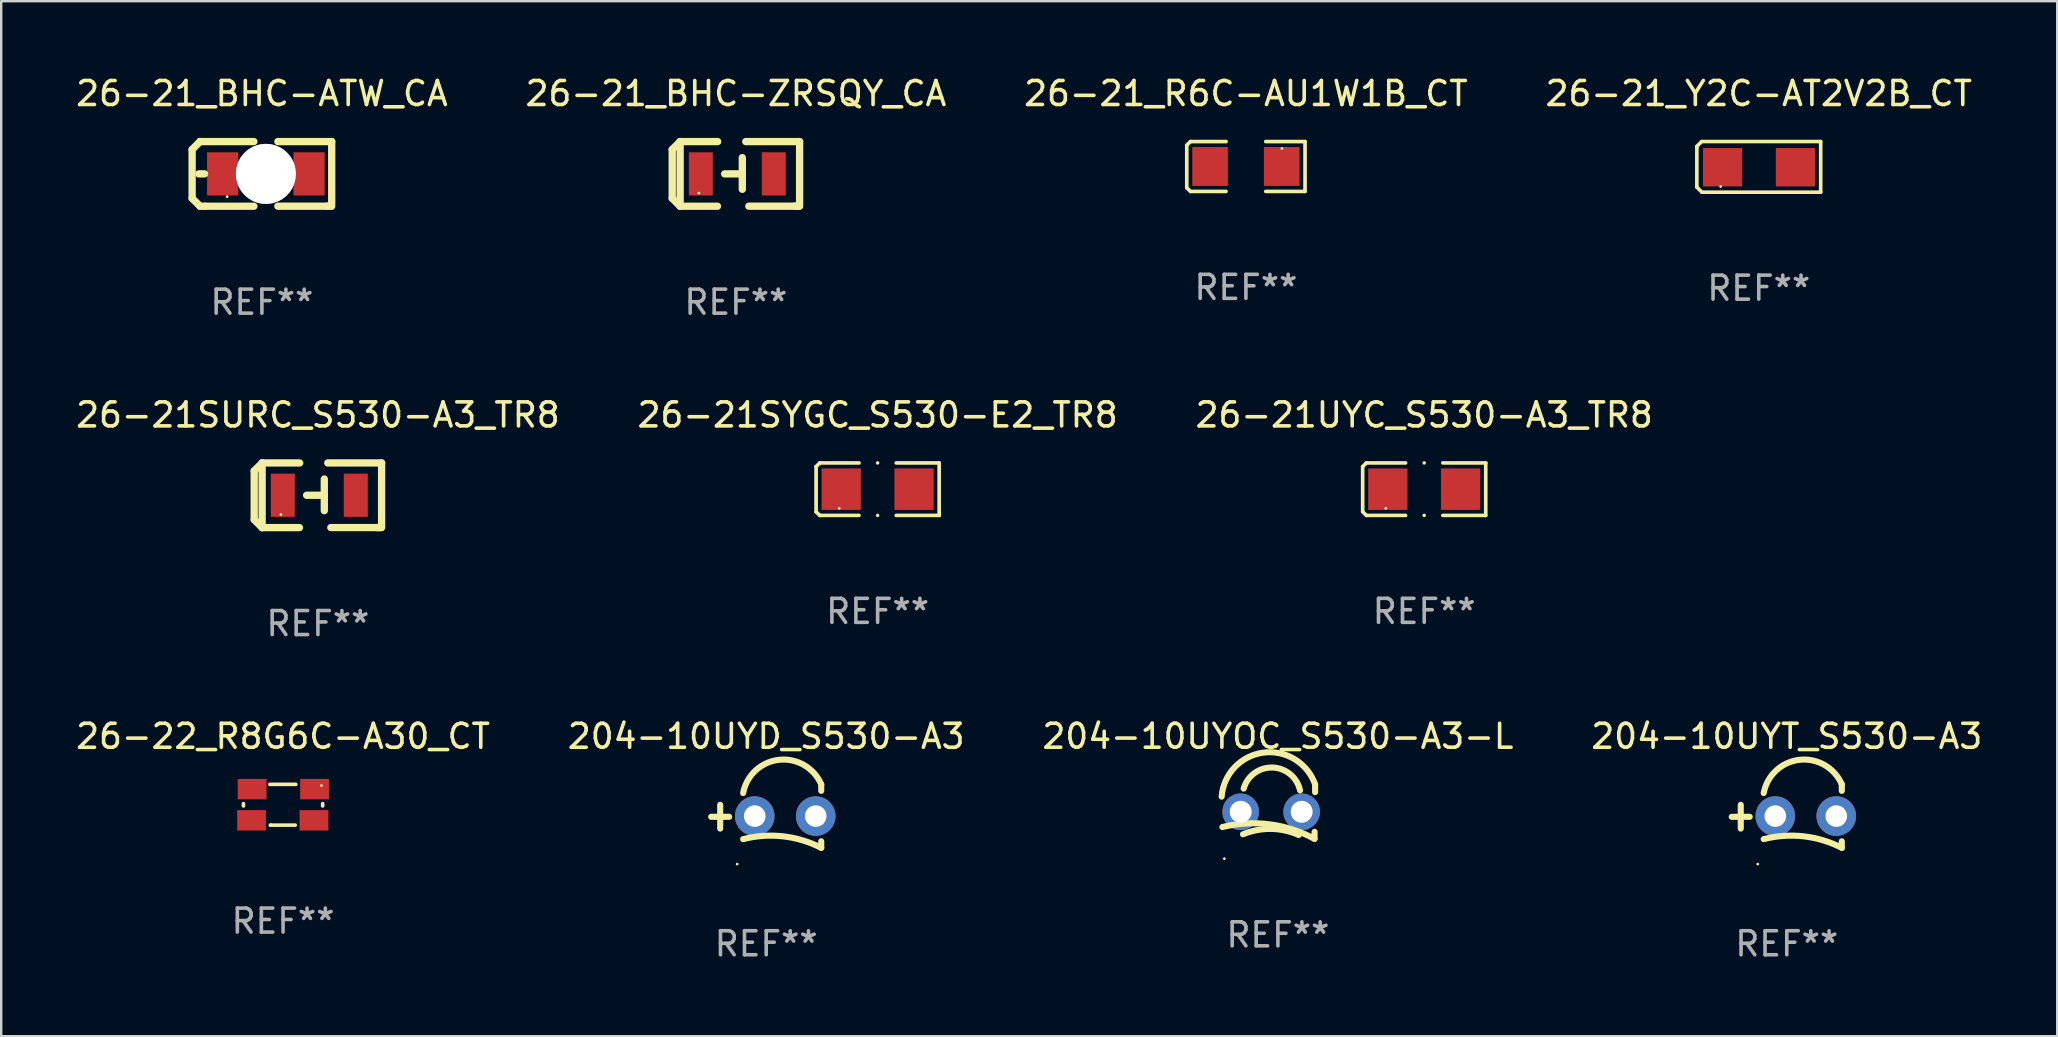
<source format=kicad_pcb>
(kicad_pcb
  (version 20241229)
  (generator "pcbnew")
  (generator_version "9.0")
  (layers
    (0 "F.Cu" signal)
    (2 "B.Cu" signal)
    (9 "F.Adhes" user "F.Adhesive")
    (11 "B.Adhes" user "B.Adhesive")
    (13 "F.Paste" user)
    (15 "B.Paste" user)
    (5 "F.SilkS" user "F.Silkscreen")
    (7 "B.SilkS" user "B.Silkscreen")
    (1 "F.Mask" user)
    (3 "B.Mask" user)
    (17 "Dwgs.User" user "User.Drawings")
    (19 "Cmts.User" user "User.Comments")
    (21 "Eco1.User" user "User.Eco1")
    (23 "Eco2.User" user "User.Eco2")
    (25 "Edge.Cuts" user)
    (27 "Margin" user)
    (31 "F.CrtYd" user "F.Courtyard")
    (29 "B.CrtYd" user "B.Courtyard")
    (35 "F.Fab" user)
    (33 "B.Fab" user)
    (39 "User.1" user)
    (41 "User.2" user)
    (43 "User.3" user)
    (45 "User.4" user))
  (footprint "204-10UYOC_S530-A3-L"
    (layer "F.Cu")
    (at 50.196 30.767)
    (property "Reference" "204-10UYOC_S530-A3-L" (at 0 -3.137 0) (layer "F.SilkS") (effects (font (size 1 1) (thickness 0.15))))
    (attr through_hole)
    (fp_line (start 1.529 0.842) (end 1.525 1.137) (stroke (width 0.254) (type solid)) (layer "F.SilkS"))
    (fp_line (start 1.55 -1.137) (end 1.55 -0.811) (stroke (width 0.254) (type solid)) (layer "F.SilkS"))
    (fp_arc (start -2.344336 -0.624664) (mid -0.604362 -2.457931) (end 1.550229 -1.136525) (stroke (width 0.254001) (type solid)) (layer "F.SilkS"))
    (fp_arc (start -2.31223 0.643358) (mid -0.347208 0.529557) (end 1.525184 1.136526) (stroke (width 0.254001) (type solid)) (layer "F.SilkS"))
    (fp_arc (start -1.45348 0.944425) (mid -0.289454 0.72139) (end 0.868415 0.974448) (stroke (width 0.254001) (type solid)) (layer "F.SilkS"))
    (fp_arc (start -1.426174 -0.958548) (mid -0.223791 -1.836179) (end 0.922695 -0.88669) (stroke (width 0.254001) (type solid)) (layer "F.SilkS"))
    (fp_circle (center -2.231 1.96) (end -2.201 1.96) (stroke (width 0.06) (type solid)) (fill no) (layer "F.SilkS"))
    (fp_text user "REF**" (at 0 5.137 0) (layer "F.Fab") (effects (font (size 1 1) (thickness 0.15))))
    (pad "1" thru_hole circle (at -1.55 0.008) (size 1.524 1.524) (drill 0.914) (layers "*.Cu" "*.Mask"))
    (pad "2" thru_hole circle (at 0.99 0.008) (size 1.524 1.524) (drill 0.914) (layers "*.Cu" "*.Mask")))
  (footprint "26-21_R6C-AU1W1B_CT"
    (layer "F.Cu")
    (at 48.863 3.887)
    (property "Reference" "26-21_R6C-AU1W1B_CT" (at 0 -3.039 0) (layer "F.SilkS") (effects (font (size 1 1) (thickness 0.15))))
    (attr through_hole)
    (fp_line (start -2.464 -0.886) (end -2.311 -1.039) (stroke (width 0.152) (type solid)) (layer "F.SilkS"))
    (fp_line (start -2.464 0.886) (end -2.464 -0.886) (stroke (width 0.152) (type solid)) (layer "F.SilkS"))
    (fp_line (start -2.311 -1.039) (end -0.826 -1.039) (stroke (width 0.152) (type solid)) (layer "F.SilkS"))
    (fp_line (start -2.311 1.039) (end -2.464 0.886) (stroke (width 0.152) (type solid)) (layer "F.SilkS"))
    (fp_line (start -0.826 1.039) (end -2.311 1.039) (stroke (width 0.152) (type solid)) (layer "F.SilkS"))
    (fp_line (start 0.826 1.039) (end 2.464 1.039) (stroke (width 0.152) (type solid)) (layer "F.SilkS"))
    (fp_line (start 2.464 -1.039) (end 0.826 -1.039) (stroke (width 0.152) (type solid)) (layer "F.SilkS"))
    (fp_line (start 2.464 1.039) (end 2.464 -1.039) (stroke (width 0.152) (type solid)) (layer "F.SilkS"))
    (fp_circle (center 1.5 -0.75) (end 1.53 -0.75) (stroke (width 0.06) (type solid)) (fill no) (layer "F.SilkS"))
    (fp_text user "REF**" (at 0 5.039 0) (layer "F.Fab") (effects (font (size 1 1) (thickness 0.15))))
    (pad "1" smd rect (at 1.493 0) (size 1.485 1.62) (layers "F.Cu" "F.Mask" "F.Paste"))
    (pad "2" smd rect (at -1.493 0) (size 1.485 1.62) (layers "F.Cu" "F.Mask" "F.Paste")))
  (footprint "26-21_Y2C-AT2V2B_CT"
    (layer "F.Cu")
    (at 70.232 3.903)
    (property "Reference" "26-21_Y2C-AT2V2B_CT" (at 0 -3.055 0) (layer "F.SilkS") (effects (font (size 1 1) (thickness 0.15))))
    (attr through_hole)
    (fp_line (start -2.58 -0.855) (end -2.38 -1.055) (stroke (width 0.15) (type solid)) (layer "F.SilkS"))
    (fp_line (start -2.58 -0.775) (end -2.58 -0.855) (stroke (width 0.15) (type solid)) (layer "F.SilkS"))
    (fp_line (start -2.58 -0.775) (end -2.58 0.845) (stroke (width 0.15) (type solid)) (layer "F.SilkS"))
    (fp_line (start -2.58 0.845) (end -2.37 1.055) (stroke (width 0.15) (type solid)) (layer "F.SilkS"))
    (fp_line (start -2.38 -1.055) (end 2.58 -1.055) (stroke (width 0.15) (type solid)) (layer "F.SilkS"))
    (fp_line (start 2.58 -1.055) (end 2.58 1.055) (stroke (width 0.15) (type solid)) (layer "F.SilkS"))
    (fp_line (start 2.58 1.055) (end -2.37 1.055) (stroke (width 0.15) (type solid)) (layer "F.SilkS"))
    (fp_circle (center -1.59 0.815) (end -1.56 0.815) (stroke (width 0.06) (type solid)) (fill no) (layer "F.SilkS"))
    (fp_text user "REF**" (at 0 5.055 0) (layer "F.Fab") (effects (font (size 1 1) (thickness 0.15))))
    (pad "1" smd rect (at -1.507 0.015) (size 1.635 1.6) (layers "F.Cu" "F.Mask" "F.Paste"))
    (pad "2" smd rect (at 1.528 0.015) (size 1.635 1.6) (layers "F.Cu" "F.Mask" "F.Paste")))
  (footprint "26-21_BHC-ATW_CA"
    (layer "F.Cu")
    (at 7.863 4.196)
    (property "Reference" "26-21_BHC-ATW_CA" (at 0 -3.347 0) (layer "F.SilkS") (effects (font (size 1 1) (thickness 0.15))))
    (attr through_hole)
    (fp_line (start -2.908 -1.017) (end -2.908 1.017) (stroke (width 0.305) (type solid)) (layer "F.SilkS"))
    (fp_line (start -2.908 1.017) (end -2.578 1.347) (stroke (width 0.305) (type solid)) (layer "F.SilkS"))
    (fp_line (start -2.629 -0.001) (end -2.391 -0.001) (stroke (width 0.305) (type solid)) (layer "F.SilkS"))
    (fp_line (start -2.578 -1.347) (end -2.908 -1.017) (stroke (width 0.305) (type solid)) (layer "F.SilkS"))
    (fp_line (start -2.578 -1.347) (end -2.578 -1.347) (stroke (width 0.305) (type solid)) (layer "F.SilkS"))
    (fp_line (start -2.578 -1.347) (end -0.335 -1.347) (stroke (width 0.305) (type solid)) (layer "F.SilkS"))
    (fp_line (start -2.578 1.347) (end -2.375 1.347) (stroke (width 0.305) (type solid)) (layer "F.SilkS"))
    (fp_line (start -2.375 1.347) (end -0.335 1.347) (stroke (width 0.305) (type solid)) (layer "F.SilkS"))
    (fp_line (start 0.394 -0.678) (end 0.394 0.642) (stroke (width 0.305) (type solid)) (layer "F.SilkS"))
    (fp_line (start 0.394 -0.001) (end -0.343 -0.001) (stroke (width 0.305) (type solid)) (layer "F.SilkS"))
    (fp_line (start 2.705 1.345) (end 0.665 1.345) (stroke (width 0.305) (type solid)) (layer "F.SilkS"))
    (fp_line (start 2.883 1.345) (end 2.705 1.345) (stroke (width 0.305) (type solid)) (layer "F.SilkS"))
    (fp_line (start 2.908 -1.347) (end 0.665 -1.347) (stroke (width 0.305) (type solid)) (layer "F.SilkS"))
    (fp_line (start 2.908 -1.347) (end 2.908 1.345) (stroke (width 0.305) (type solid)) (layer "F.SilkS"))
    (fp_circle (center -1.449 0.949) (end -1.419 0.949) (stroke (width 0.06) (type solid)) (fill no) (layer "F.SilkS"))
    (fp_text user "REF**" (at 0 5.347 0) (layer "F.Fab") (effects (font (size 1 1) (thickness 0.15))))
    (pad "1" smd rect (at -1.635 -0.001 180) (size 1.3 1.8) (layers "F.Cu" "F.Mask" "F.Paste"))
    (pad "2" smd rect (at 1.965 -0.001) (size 1.3 1.8) (layers "F.Cu" "F.Mask" "F.Paste"))
    (pad "3" thru_hole circle (at 0.165 -0.001) (size 2.5 2.5) (drill 2.5) (layers "*.Cu" "*.Mask")))
  (footprint "26-21UYC_S530-A3_TR8"
    (layer "F.Cu")
    (at 56.292 17.332)
    (property "Reference" "26-21UYC_S530-A3_TR8" (at 0 -3.093 0) (layer "F.SilkS") (effects (font (size 1 1) (thickness 0.15))))
    (attr through_hole)
    (fp_line (start -2.564 -0.94) (end -2.411 -1.093) (stroke (width 0.152) (type solid)) (layer "F.SilkS"))
    (fp_line (start -2.564 0.94) (end -2.564 -0.94) (stroke (width 0.152) (type solid)) (layer "F.SilkS"))
    (fp_line (start -2.411 -1.093) (end -0.776 -1.093) (stroke (width 0.152) (type solid)) (layer "F.SilkS"))
    (fp_line (start -2.411 1.093) (end -2.564 0.94) (stroke (width 0.152) (type solid)) (layer "F.SilkS"))
    (fp_line (start -0.776 1.093) (end -2.411 1.093) (stroke (width 0.152) (type solid)) (layer "F.SilkS"))
    (fp_line (start 0.776 1.093) (end 2.564 1.093) (stroke (width 0.152) (type solid)) (layer "F.SilkS"))
    (fp_line (start 2.564 -1.093) (end 0.776 -1.093) (stroke (width 0.152) (type solid)) (layer "F.SilkS"))
    (fp_line (start 2.564 1.093) (end 2.564 -1.093) (stroke (width 0.152) (type solid)) (layer "F.SilkS"))
    (fp_circle (center -1.6 0.8) (end -1.57 0.8) (stroke (width 0.06) (type solid)) (fill no) (layer "F.SilkS"))
    (fp_circle (center 0 -1.093) (end 0.038 -1.093) (stroke (width 0.076) (type solid)) (fill no) (layer "F.SilkS"))
    (fp_circle (center 0 1.093) (end 0.038 1.093) (stroke (width 0.076) (type solid)) (fill no) (layer "F.SilkS"))
    (fp_text user "REF**" (at 0 5.093 0) (layer "F.Fab") (effects (font (size 1 1) (thickness 0.15))))
    (pad "1" smd rect (at -1.517 0) (size 1.635 1.728) (layers "F.Cu" "F.Mask" "F.Paste"))
    (pad "2" smd rect (at 1.517 0) (size 1.635 1.728) (layers "F.Cu" "F.Mask" "F.Paste")))
  (footprint "204-10UYD_S530-A3"
    (layer "F.Cu")
    (at 28.875 30.954)
    (property "Reference" "204-10UYD_S530-A3" (at 0 -3.323 0) (layer "F.SilkS") (effects (font (size 1 1) (thickness 0.15))))
    (attr through_hole)
    (fp_line (start -1.917 0.52) (end -1.917 -0.47) (stroke (width 0.254) (type solid)) (layer "F.SilkS"))
    (fp_line (start -1.543 0.03) (end -2.293 0.03) (stroke (width 0.254) (type solid)) (layer "F.SilkS"))
    (fp_line (start 2.293 -1.051) (end 2.293 -1.323) (stroke (width 0.254) (type solid)) (layer "F.SilkS"))
    (fp_line (start 2.293 1.323) (end 2.293 1.051) (stroke (width 0.254) (type solid)) (layer "F.SilkS"))
    (fp_arc (start -0.96124 0.960224) (mid 0.699225 0.843072) (end 2.293167 1.322885) (stroke (width 0.254001) (type solid)) (layer "F.SilkS"))
    (fp_arc (start -0.961239 -0.960224) (mid 0.531872 -2.344856) (end 2.293167 -1.322885) (stroke (width 0.254001) (type solid)) (layer "F.SilkS"))
    (fp_circle (center -1.207 2) (end -1.177 2) (stroke (width 0.06) (type solid)) (fill no) (layer "F.SilkS"))
    (fp_text user "REF**" (at 0 5.323 0) (layer "F.Fab") (effects (font (size 1 1) (thickness 0.15))))
    (pad "1" thru_hole circle (at -0.477 0) (size 1.651 1.651) (drill 0.9) (layers "*.Cu" "*.Mask"))
    (pad "2" thru_hole circle (at 2.063 0) (size 1.651 1.651) (drill 0.9) (layers "*.Cu" "*.Mask")))
  (footprint "26-22_R8G6C-A30_CT"
    (layer "F.Cu")
    (at 8.744 30.481)
    (property "Reference" "26-22_R8G6C-A30_CT" (at 0 -2.85 0) (layer "F.SilkS") (effects (font (size 1 1) (thickness 0.15))))
    (attr through_hole)
    (fp_line (start -1.65 0.05) (end -1.65 -0.045) (stroke (width 0.152) (type solid)) (layer "F.SilkS"))
    (fp_line (start -0.55 -0.85) (end 0.532 -0.85) (stroke (width 0.152) (type solid)) (layer "F.SilkS"))
    (fp_line (start -0.5 0.85) (end -0.532 0.85) (stroke (width 0.152) (type solid)) (layer "F.SilkS"))
    (fp_line (start -0.5 0.85) (end 0.508 0.85) (stroke (width 0.152) (type solid)) (layer "F.SilkS"))
    (fp_line (start 1.65 0.05) (end 1.65 -0.045) (stroke (width 0.152) (type solid)) (layer "F.SilkS"))
    (fp_circle (center 1.6 -0.8) (end 1.63 -0.8) (stroke (width 0.06) (type solid)) (fill no) (layer "F.SilkS"))
    (fp_text user "REF**" (at 0 4.85 0) (layer "F.Fab") (effects (font (size 1 1) (thickness 0.15))))
    (pad "1" smd rect (at 1.312 -0.65 180) (size 1.2 0.85) (layers "F.Cu" "F.Mask" "F.Paste"))
    (pad "2" smd rect (at -1.288 -0.65 180) (size 1.2 0.85) (layers "F.Cu" "F.Mask" "F.Paste"))
    (pad "3" smd rect (at 1.288 0.65 180) (size 1.2 0.85) (layers "F.Cu" "F.Mask" "F.Paste"))
    (pad "4" smd rect (at -1.312 0.65 180) (size 1.2 0.85) (layers "F.Cu" "F.Mask" "F.Paste")))
  (footprint "26-21SURC_S530-A3_TR8"
    (layer "F.Cu")
    (at 10.196 17.587)
    (property "Reference" "26-21SURC_S530-A3_TR8" (at 0 -3.347 0) (layer "F.SilkS") (effects (font (size 1 1) (thickness 0.15))))
    (attr through_hole)
    (fp_line (start -2.654 -1.017) (end -2.654 1.017) (stroke (width 0.305) (type solid)) (layer "F.SilkS"))
    (fp_line (start -2.654 1.017) (end -2.324 1.347) (stroke (width 0.305) (type solid)) (layer "F.SilkS"))
    (fp_line (start -2.324 -1.347) (end -2.654 -1.017) (stroke (width 0.305) (type solid)) (layer "F.SilkS"))
    (fp_line (start -2.324 -1.347) (end -2.324 1.347) (stroke (width 0.305) (type solid)) (layer "F.SilkS"))
    (fp_line (start -2.324 -1.347) (end -0.759 -1.347) (stroke (width 0.305) (type solid)) (layer "F.SilkS"))
    (fp_line (start -2.324 1.347) (end -0.769 1.347) (stroke (width 0.305) (type solid)) (layer "F.SilkS"))
    (fp_line (start 0.267 -0.678) (end 0.267 0.642) (stroke (width 0.305) (type solid)) (layer "F.SilkS"))
    (fp_line (start 0.267 -0.001) (end -0.47 -0.001) (stroke (width 0.305) (type solid)) (layer "F.SilkS"))
    (fp_line (start 2.578 1.345) (end 0.538 1.345) (stroke (width 0.305) (type solid)) (layer "F.SilkS"))
    (fp_line (start 2.629 1.345) (end 2.451 1.345) (stroke (width 0.305) (type solid)) (layer "F.SilkS"))
    (fp_line (start 2.654 -1.347) (end 0.411 -1.347) (stroke (width 0.305) (type solid)) (layer "F.SilkS"))
    (fp_line (start 2.654 -1.347) (end 2.654 1.345) (stroke (width 0.305) (type solid)) (layer "F.SilkS"))
    (fp_circle (center -1.542 0.799) (end -1.512 0.799) (stroke (width 0.06) (type solid)) (fill no) (layer "F.SilkS"))
    (fp_text user "REF**" (at 0 5.347 0) (layer "F.Fab") (effects (font (size 1 1) (thickness 0.15))))
    (pad "1" smd rect (at -1.462 -0.001 180) (size 1 1.8) (layers "F.Cu" "F.Mask" "F.Paste"))
    (pad "2" smd rect (at 1.578 -0.001 180) (size 1 1.8) (layers "F.Cu" "F.Mask" "F.Paste")))
  (footprint "26-21_BHC-ZRSQY_CA"
    (layer "F.Cu")
    (at 27.613 4.196)
    (property "Reference" "26-21_BHC-ZRSQY_CA" (at 0 -3.347 0) (layer "F.SilkS") (effects (font (size 1 1) (thickness 0.15))))
    (attr through_hole)
    (fp_line (start -2.654 -1.017) (end -2.654 1.017) (stroke (width 0.305) (type solid)) (layer "F.SilkS"))
    (fp_line (start -2.654 1.017) (end -2.324 1.347) (stroke (width 0.305) (type solid)) (layer "F.SilkS"))
    (fp_line (start -2.324 -1.347) (end -2.654 -1.017) (stroke (width 0.305) (type solid)) (layer "F.SilkS"))
    (fp_line (start -2.324 -1.347) (end -2.324 1.347) (stroke (width 0.305) (type solid)) (layer "F.SilkS"))
    (fp_line (start -2.324 -1.347) (end -0.759 -1.347) (stroke (width 0.305) (type solid)) (layer "F.SilkS"))
    (fp_line (start -2.324 1.347) (end -0.769 1.347) (stroke (width 0.305) (type solid)) (layer "F.SilkS"))
    (fp_line (start 0.267 -0.678) (end 0.267 0.642) (stroke (width 0.305) (type solid)) (layer "F.SilkS"))
    (fp_line (start 0.267 -0.001) (end -0.47 -0.001) (stroke (width 0.305) (type solid)) (layer "F.SilkS"))
    (fp_line (start 2.578 1.345) (end 0.538 1.345) (stroke (width 0.305) (type solid)) (layer "F.SilkS"))
    (fp_line (start 2.629 1.345) (end 2.451 1.345) (stroke (width 0.305) (type solid)) (layer "F.SilkS"))
    (fp_line (start 2.654 -1.347) (end 0.411 -1.347) (stroke (width 0.305) (type solid)) (layer "F.SilkS"))
    (fp_line (start 2.654 -1.347) (end 2.654 1.345) (stroke (width 0.305) (type solid)) (layer "F.SilkS"))
    (fp_circle (center -1.542 0.799) (end -1.512 0.799) (stroke (width 0.06) (type solid)) (fill no) (layer "F.SilkS"))
    (fp_text user "REF**" (at 0 5.347 0) (layer "F.Fab") (effects (font (size 1 1) (thickness 0.15))))
    (pad "1" smd rect (at -1.462 -0.001 180) (size 1 1.8) (layers "F.Cu" "F.Mask" "F.Paste"))
    (pad "2" smd rect (at 1.578 -0.001 180) (size 1 1.8) (layers "F.Cu" "F.Mask" "F.Paste")))
  (footprint "204-10UYT_S530-A3"
    (layer "F.Cu")
    (at 71.399 30.954)
    (property "Reference" "204-10UYT_S530-A3" (at 0 -3.323 0) (layer "F.SilkS") (effects (font (size 1 1) (thickness 0.15))))
    (attr through_hole)
    (fp_line (start -1.917 0.52) (end -1.917 -0.47) (stroke (width 0.254) (type solid)) (layer "F.SilkS"))
    (fp_line (start -1.543 0.03) (end -2.293 0.03) (stroke (width 0.254) (type solid)) (layer "F.SilkS"))
    (fp_line (start 2.293 -1.051) (end 2.293 -1.323) (stroke (width 0.254) (type solid)) (layer "F.SilkS"))
    (fp_line (start 2.293 1.323) (end 2.293 1.051) (stroke (width 0.254) (type solid)) (layer "F.SilkS"))
    (fp_arc (start -0.96124 0.960224) (mid 0.699225 0.843072) (end 2.293167 1.322885) (stroke (width 0.254001) (type solid)) (layer "F.SilkS"))
    (fp_arc (start -0.961239 -0.960224) (mid 0.531872 -2.344856) (end 2.293167 -1.322885) (stroke (width 0.254001) (type solid)) (layer "F.SilkS"))
    (fp_circle (center -1.207 2) (end -1.177 2) (stroke (width 0.06) (type solid)) (fill no) (layer "F.SilkS"))
    (fp_text user "REF**" (at 0 5.323 0) (layer "F.Fab") (effects (font (size 1 1) (thickness 0.15))))
    (pad "1" thru_hole circle (at -0.477 0) (size 1.651 1.651) (drill 0.9) (layers "*.Cu" "*.Mask"))
    (pad "2" thru_hole circle (at 2.063 0) (size 1.651 1.651) (drill 0.9) (layers "*.Cu" "*.Mask")))
  (footprint "26-21SYGC_S530-E2_TR8"
    (layer "F.Cu")
    (at 33.518 17.332)
    (property "Reference" "26-21SYGC_S530-E2_TR8" (at 0 -3.093 0) (layer "F.SilkS") (effects (font (size 1 1) (thickness 0.15))))
    (attr through_hole)
    (fp_line (start -2.564 -0.94) (end -2.411 -1.093) (stroke (width 0.152) (type solid)) (layer "F.SilkS"))
    (fp_line (start -2.564 0.94) (end -2.564 -0.94) (stroke (width 0.152) (type solid)) (layer "F.SilkS"))
    (fp_line (start -2.411 -1.093) (end -0.776 -1.093) (stroke (width 0.152) (type solid)) (layer "F.SilkS"))
    (fp_line (start -2.411 1.093) (end -2.564 0.94) (stroke (width 0.152) (type solid)) (layer "F.SilkS"))
    (fp_line (start -0.776 1.093) (end -2.411 1.093) (stroke (width 0.152) (type solid)) (layer "F.SilkS"))
    (fp_line (start 0.776 1.093) (end 2.564 1.093) (stroke (width 0.152) (type solid)) (layer "F.SilkS"))
    (fp_line (start 2.564 -1.093) (end 0.776 -1.093) (stroke (width 0.152) (type solid)) (layer "F.SilkS"))
    (fp_line (start 2.564 1.093) (end 2.564 -1.093) (stroke (width 0.152) (type solid)) (layer "F.SilkS"))
    (fp_circle (center -1.6 0.8) (end -1.57 0.8) (stroke (width 0.06) (type solid)) (fill no) (layer "F.SilkS"))
    (fp_circle (center 0 -1.093) (end 0.038 -1.093) (stroke (width 0.076) (type solid)) (fill no) (layer "F.SilkS"))
    (fp_circle (center 0 1.093) (end 0.038 1.093) (stroke (width 0.076) (type solid)) (fill no) (layer "F.SilkS"))
    (fp_text user "REF**" (at 0 5.093 0) (layer "F.Fab") (effects (font (size 1 1) (thickness 0.15))))
    (pad "1" smd rect (at -1.517 0) (size 1.635 1.728) (layers "F.Cu" "F.Mask" "F.Paste"))
    (pad "2" smd rect (at 1.517 0) (size 1.635 1.728) (layers "F.Cu" "F.Mask" "F.Paste")))
  (gr_rect
    (start -3 -3)
    (end 82.667 40.125)
    (stroke (width 0.1) (type default))
    (fill no)
    (layer "Edge.Cuts")))
</source>
